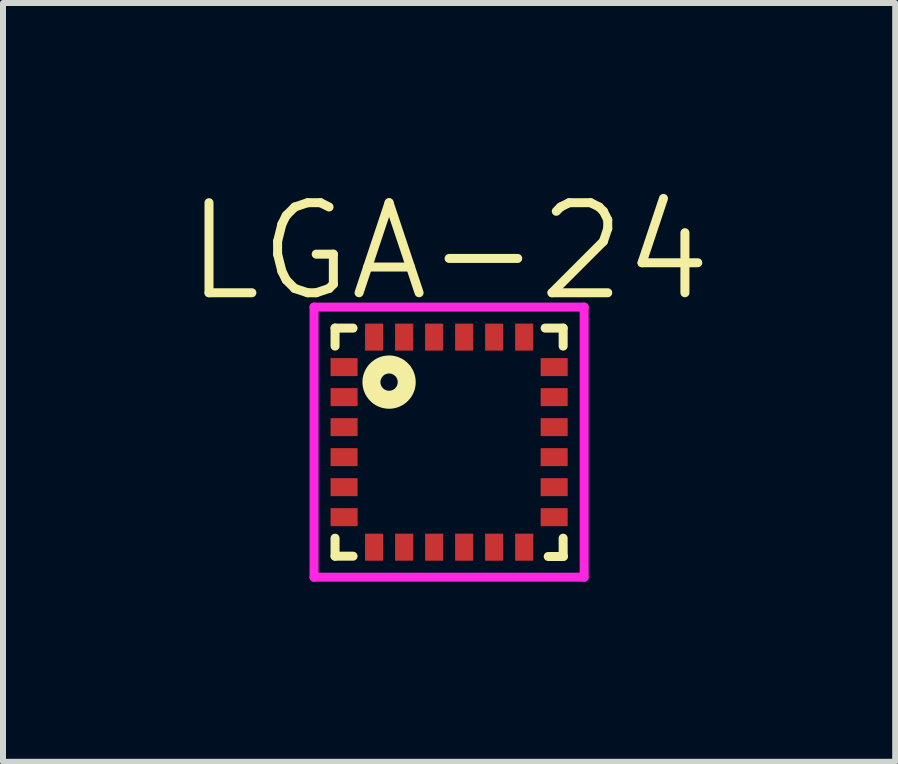
<source format=kicad_pcb>
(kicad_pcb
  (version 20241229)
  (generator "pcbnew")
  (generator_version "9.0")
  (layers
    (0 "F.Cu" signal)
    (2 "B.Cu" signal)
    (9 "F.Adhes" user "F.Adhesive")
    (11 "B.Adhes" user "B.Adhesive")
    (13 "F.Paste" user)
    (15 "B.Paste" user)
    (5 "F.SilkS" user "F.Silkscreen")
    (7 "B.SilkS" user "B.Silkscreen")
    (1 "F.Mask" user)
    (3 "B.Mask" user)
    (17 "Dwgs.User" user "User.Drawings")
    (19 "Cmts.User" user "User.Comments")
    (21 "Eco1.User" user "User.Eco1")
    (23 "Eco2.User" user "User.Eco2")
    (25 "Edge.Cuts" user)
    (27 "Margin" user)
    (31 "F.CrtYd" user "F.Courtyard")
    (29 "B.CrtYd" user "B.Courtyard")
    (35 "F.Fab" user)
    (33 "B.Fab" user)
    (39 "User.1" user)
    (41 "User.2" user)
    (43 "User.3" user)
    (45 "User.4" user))
  (footprint "LGA-24"
    (layer "F.Cu")
    (at 4.432 4.316)
    (property "Reference" "LGA-24" (at 0 -3.175 0) (layer "F.SilkS") (effects (font (size 1.5 1.5) (thickness 0.15))))
    (attr through_hole)
    (fp_line (start -1.9 -1.9) (end -1.9 -1.6) (stroke (width 0.15) (type solid)) (layer "F.SilkS"))
    (fp_line (start -1.9 1.6) (end -1.9 1.9) (stroke (width 0.15) (type solid)) (layer "F.SilkS"))
    (fp_line (start -1.9 1.9) (end -1.6 1.9) (stroke (width 0.15) (type solid)) (layer "F.SilkS"))
    (fp_line (start -1.6 -1.9) (end -1.9 -1.9) (stroke (width 0.15) (type solid)) (layer "F.SilkS"))
    (fp_line (start 1.6 -1.9) (end 1.9 -1.9) (stroke (width 0.15) (type solid)) (layer "F.SilkS"))
    (fp_line (start 1.651 1.905) (end 1.905 1.905) (stroke (width 0.15) (type solid)) (layer "F.SilkS"))
    (fp_line (start 1.9 -1.9) (end 1.9 -1.6) (stroke (width 0.15) (type solid)) (layer "F.SilkS"))
    (fp_line (start 1.9 1.9) (end 1.9 1.6) (stroke (width 0.15) (type solid)) (layer "F.SilkS"))
    (fp_circle (center -1 -1) (end -1.016 -1.143) (stroke (width 0.3) (type solid)) (fill no) (layer "F.SilkS"))
    (fp_line (start -2.25 -2.25) (end 2.25 -2.25) (stroke (width 0.15) (type solid)) (layer "F.CrtYd"))
    (fp_line (start -2.25 2.25) (end -2.25 -2.25) (stroke (width 0.15) (type solid)) (layer "F.CrtYd"))
    (fp_line (start 2.25 -2.25) (end 2.25 2.25) (stroke (width 0.15) (type solid)) (layer "F.CrtYd"))
    (fp_line (start 2.25 2.25) (end -2.25 2.25) (stroke (width 0.15) (type solid)) (layer "F.CrtYd"))
    (pad "1" smd rect (at -1.75 -1.25) (size 0.45 0.3) (layers "F.Cu" "F.Mask" "F.Paste"))
    (pad "2" smd rect (at -1.75 -0.75) (size 0.45 0.3) (layers "F.Cu" "F.Mask" "F.Paste"))
    (pad "3" smd rect (at -1.75 -0.25) (size 0.45 0.3) (layers "F.Cu" "F.Mask" "F.Paste"))
    (pad "4" smd rect (at -1.75 0.25) (size 0.45 0.3) (layers "F.Cu" "F.Mask" "F.Paste"))
    (pad "5" smd rect (at -1.75 0.75) (size 0.45 0.3) (layers "F.Cu" "F.Mask" "F.Paste"))
    (pad "6" smd rect (at -1.75 1.25) (size 0.45 0.3) (layers "F.Cu" "F.Mask" "F.Paste"))
    (pad "7" smd rect (at -1.25 1.75) (size 0.3 0.45) (layers "F.Cu" "F.Mask" "F.Paste"))
    (pad "8" smd rect (at -0.75 1.75) (size 0.3 0.45) (layers "F.Cu" "F.Mask" "F.Paste"))
    (pad "9" smd rect (at -0.25 1.75) (size 0.3 0.45) (layers "F.Cu" "F.Mask" "F.Paste"))
    (pad "10" smd rect (at 0.25 1.75) (size 0.3 0.45) (layers "F.Cu" "F.Mask" "F.Paste"))
    (pad "11" smd rect (at 0.75 1.75) (size 0.3 0.45) (layers "F.Cu" "F.Mask" "F.Paste"))
    (pad "12" smd rect (at 1.25 1.75) (size 0.3 0.45) (layers "F.Cu" "F.Mask" "F.Paste"))
    (pad "13" smd rect (at 1.75 1.25) (size 0.45 0.3) (layers "F.Cu" "F.Mask" "F.Paste"))
    (pad "14" smd rect (at 1.75 0.75) (size 0.45 0.3) (layers "F.Cu" "F.Mask" "F.Paste"))
    (pad "15" smd rect (at 1.75 0.25) (size 0.45 0.3) (layers "F.Cu" "F.Mask" "F.Paste"))
    (pad "16" smd rect (at 1.75 -0.25) (size 0.45 0.3) (layers "F.Cu" "F.Mask" "F.Paste"))
    (pad "17" smd rect (at 1.75 -0.75) (size 0.45 0.3) (layers "F.Cu" "F.Mask" "F.Paste"))
    (pad "18" smd rect (at 1.75 -1.25) (size 0.45 0.3) (layers "F.Cu" "F.Mask" "F.Paste"))
    (pad "19" smd rect (at 1.25 -1.75) (size 0.3 0.45) (layers "F.Cu" "F.Mask" "F.Paste"))
    (pad "20" smd rect (at 0.75 -1.75) (size 0.3 0.45) (layers "F.Cu" "F.Mask" "F.Paste"))
    (pad "21" smd rect (at 0.25 -1.75) (size 0.3 0.45) (layers "F.Cu" "F.Mask" "F.Paste"))
    (pad "22" smd rect (at -0.25 -1.75) (size 0.3 0.45) (layers "F.Cu" "F.Mask" "F.Paste"))
    (pad "23" smd rect (at -0.75 -1.75) (size 0.3 0.45) (layers "F.Cu" "F.Mask" "F.Paste"))
    (pad "24" smd rect (at -1.25 -1.75) (size 0.3 0.45) (layers "F.Cu" "F.Mask" "F.Paste")))
  (gr_rect
    (start -3 -3)
    (end 11.864 9.641)
    (stroke (width 0.1) (type default))
    (fill no)
    (layer "Edge.Cuts")))
</source>
